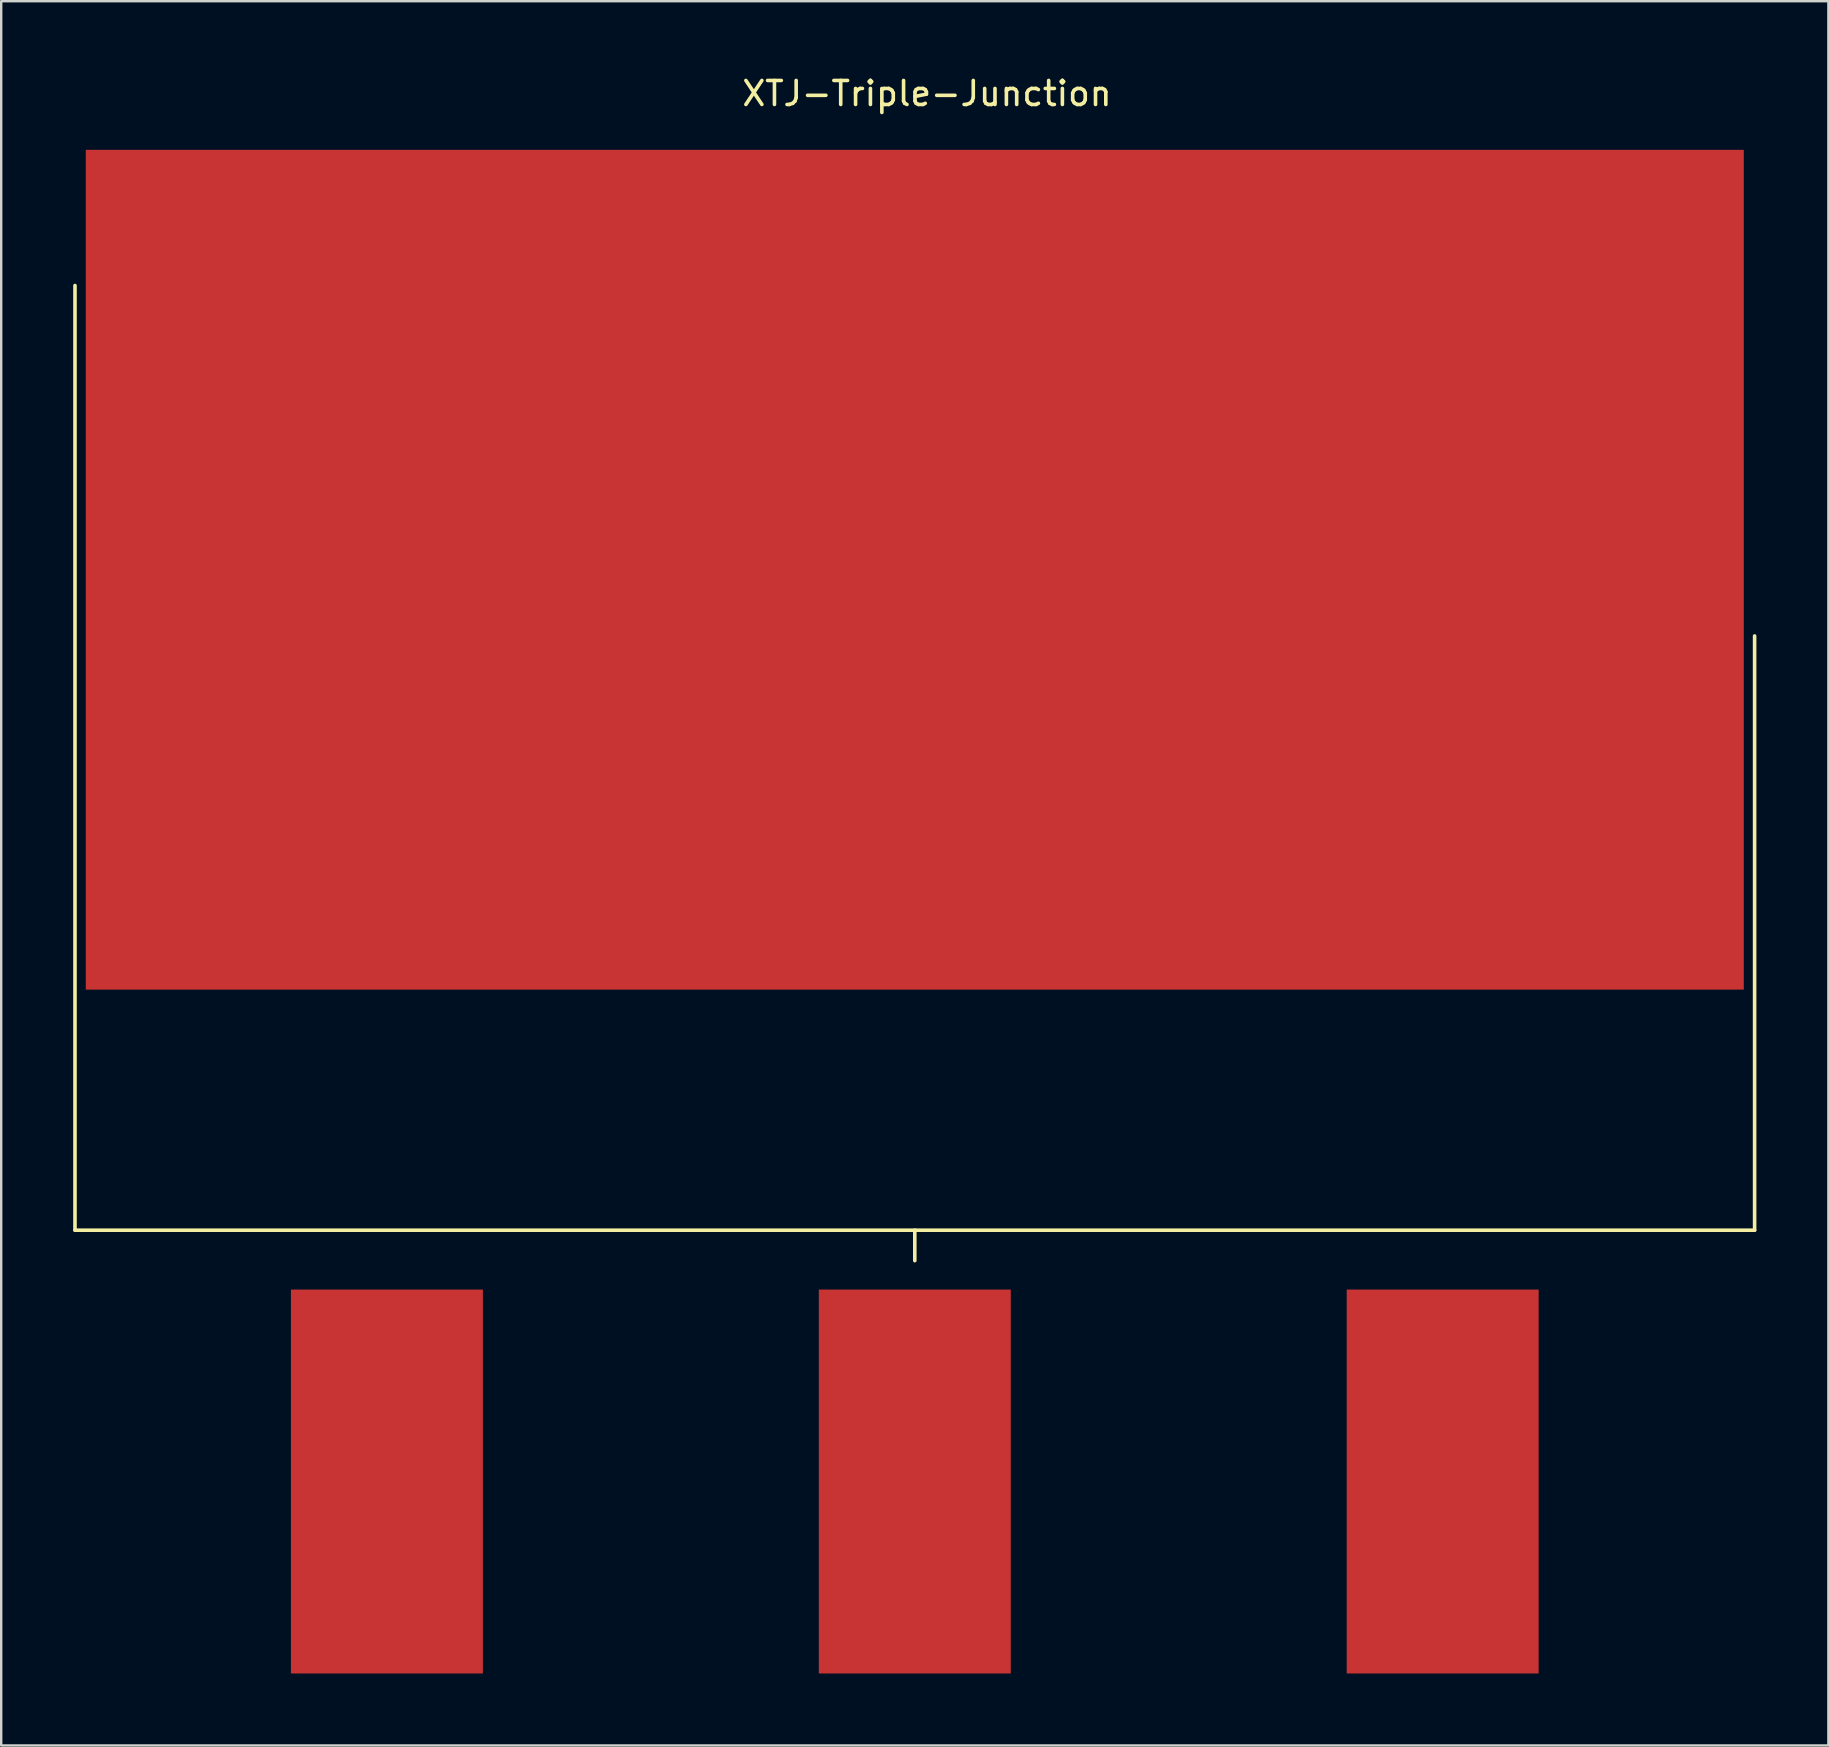
<source format=kicad_pcb>
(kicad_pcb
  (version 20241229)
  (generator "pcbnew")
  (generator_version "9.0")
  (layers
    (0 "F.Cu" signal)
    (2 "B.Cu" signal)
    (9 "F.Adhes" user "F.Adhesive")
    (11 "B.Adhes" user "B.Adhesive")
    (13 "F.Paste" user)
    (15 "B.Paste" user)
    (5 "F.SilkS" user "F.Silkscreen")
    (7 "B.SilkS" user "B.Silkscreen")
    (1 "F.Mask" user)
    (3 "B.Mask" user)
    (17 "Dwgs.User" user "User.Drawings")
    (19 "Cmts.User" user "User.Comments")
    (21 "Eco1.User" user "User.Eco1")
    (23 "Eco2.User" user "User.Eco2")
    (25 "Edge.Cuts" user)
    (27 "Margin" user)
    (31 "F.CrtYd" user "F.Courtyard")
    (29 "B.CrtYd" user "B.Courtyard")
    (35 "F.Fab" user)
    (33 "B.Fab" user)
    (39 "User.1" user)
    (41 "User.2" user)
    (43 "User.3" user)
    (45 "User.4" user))
  (footprint "XTJ-Triple-Junction"
    (layer "F.Cu")
    (at 35.075 38.694)
    (property "Reference" "XTJ-Triple-Junction" (at 0.508 -37.846 0) (layer "F.SilkS") (effects (font (size 1 1) (thickness 0.15))))
    (attr through_hole)
    (fp_line (start -35 9.525) (end -35 -29.845) (stroke (width 0.15) (type solid)) (layer "F.SilkS"))
    (fp_line (start -35 9.525) (end 35 9.525) (stroke (width 0.15) (type solid)) (layer "F.SilkS"))
    (fp_line (start 0 9.525) (end 0 10.795) (stroke (width 0.15) (type solid)) (layer "F.SilkS"))
    (fp_line (start 35 9.525) (end 35 -15.24) (stroke (width 0.15) (type solid)) (layer "F.SilkS"))
    (pad "1" smd rect (at -22 20) (size 8 16) (layers "F.Cu" "F.Mask" "F.Paste"))
    (pad "2" smd rect (at 0 20) (size 8 16) (layers "F.Cu" "F.Mask" "F.Paste"))
    (pad "3" smd rect (at 22 20) (size 8 16) (layers "F.Cu" "F.Mask" "F.Paste"))
    (pad "4" smd rect (at 0 -18) (size 69.1 35) (layers "F.Cu" "F.Mask" "F.Paste")))
  (gr_rect
    (start -3 -3)
    (end 73.15 69.694)
    (stroke (width 0.1) (type default))
    (fill no)
    (layer "Edge.Cuts")))
</source>
